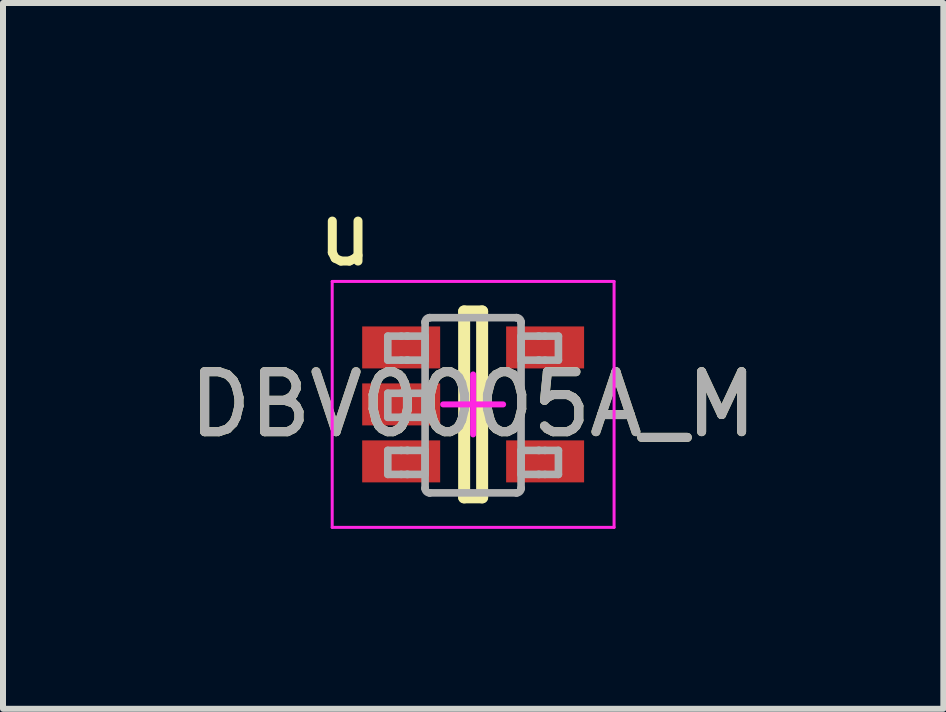
<source format=kicad_pcb>
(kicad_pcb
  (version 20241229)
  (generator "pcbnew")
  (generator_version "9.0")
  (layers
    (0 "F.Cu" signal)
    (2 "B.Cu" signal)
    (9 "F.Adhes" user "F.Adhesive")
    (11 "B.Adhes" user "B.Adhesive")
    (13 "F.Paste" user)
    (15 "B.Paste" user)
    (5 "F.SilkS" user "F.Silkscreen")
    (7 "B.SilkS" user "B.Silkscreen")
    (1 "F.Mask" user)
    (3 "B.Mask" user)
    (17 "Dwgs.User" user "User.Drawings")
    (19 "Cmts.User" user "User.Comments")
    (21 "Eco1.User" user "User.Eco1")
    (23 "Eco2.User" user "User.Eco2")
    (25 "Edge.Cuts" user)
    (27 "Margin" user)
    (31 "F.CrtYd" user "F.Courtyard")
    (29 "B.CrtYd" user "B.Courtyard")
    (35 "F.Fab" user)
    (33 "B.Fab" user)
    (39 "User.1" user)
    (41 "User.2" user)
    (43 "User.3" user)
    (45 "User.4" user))
  (footprint "DBV0005A_M"
    (layer "F.Cu")
    (at 4.839 3.693)
    (property "Reference" "DBV0005A_M" (at 0 0 0) (unlocked yes) (layer "F.SilkS") (effects (font (size 1 1) (thickness 0.15))))
    (attr smd)
    (fp_line (start -0.15 -1.55) (end 0.15 -1.55) (stroke (width 0.2) (type solid)) (layer "F.SilkS"))
    (fp_line (start -0.15 1.55) (end -0.15 -1.55) (stroke (width 0.2) (type solid)) (layer "F.SilkS"))
    (fp_line (start -0.15 1.55) (end 0.15 1.55) (stroke (width 0.2) (type solid)) (layer "F.SilkS"))
    (fp_line (start 0.15 1.55) (end 0.15 -1.55) (stroke (width 0.2) (type solid)) (layer "F.SilkS"))
    (fp_line (start -2.35 -2.05) (end 2.35 -2.05) (stroke (width 0.05) (type solid)) (layer "F.CrtYd"))
    (fp_line (start -2.35 2.05) (end -2.35 -2.05) (stroke (width 0.05) (type solid)) (layer "F.CrtYd"))
    (fp_line (start -2.35 2.05) (end 2.35 2.05) (stroke (width 0.05) (type solid)) (layer "F.CrtYd"))
    (fp_line (start -0.5 0) (end 0.5 0) (stroke (width 0.1) (type solid)) (layer "F.CrtYd"))
    (fp_line (start 0 0.5) (end 0 -0.5) (stroke (width 0.1) (type solid)) (layer "F.CrtYd"))
    (fp_line (start 2.35 2.05) (end 2.35 -2.05) (stroke (width 0.05) (type solid)) (layer "F.CrtYd"))
    (fp_line (start -1.423 -1.138) (end -1.199 -1.138) (stroke (width 0.127) (type solid)) (layer "F.Fab"))
    (fp_line (start -1.423 -0.738) (end -1.423 -1.138) (stroke (width 0.127) (type solid)) (layer "F.Fab"))
    (fp_line (start -1.423 -0.738) (end -1.199 -0.738) (stroke (width 0.127) (type solid)) (layer "F.Fab"))
    (fp_line (start -1.423 -0.186) (end -1.199 -0.186) (stroke (width 0.127) (type solid)) (layer "F.Fab"))
    (fp_line (start -1.423 0.215) (end -1.423 -0.186) (stroke (width 0.127) (type solid)) (layer "F.Fab"))
    (fp_line (start -1.423 0.215) (end -1.199 0.215) (stroke (width 0.127) (type solid)) (layer "F.Fab"))
    (fp_line (start -1.423 0.767) (end -1.199 0.767) (stroke (width 0.127) (type solid)) (layer "F.Fab"))
    (fp_line (start -1.423 1.167) (end -1.423 0.767) (stroke (width 0.127) (type solid)) (layer "F.Fab"))
    (fp_line (start -1.423 1.167) (end -1.199 1.167) (stroke (width 0.127) (type solid)) (layer "F.Fab"))
    (fp_line (start -1.199 -1.138) (end -1.105 -1.138) (stroke (width 0.127) (type solid)) (layer "F.Fab"))
    (fp_line (start -1.199 -0.738) (end -1.105 -0.738) (stroke (width 0.127) (type solid)) (layer "F.Fab"))
    (fp_line (start -1.199 -0.186) (end -1.105 -0.186) (stroke (width 0.127) (type solid)) (layer "F.Fab"))
    (fp_line (start -1.199 0.215) (end -1.105 0.215) (stroke (width 0.127) (type solid)) (layer "F.Fab"))
    (fp_line (start -1.199 0.767) (end -1.105 0.767) (stroke (width 0.127) (type solid)) (layer "F.Fab"))
    (fp_line (start -1.199 1.167) (end -1.105 1.167) (stroke (width 0.127) (type solid)) (layer "F.Fab"))
    (fp_line (start -1.105 -1.138) (end -1.088 -1.138) (stroke (width 0.127) (type solid)) (layer "F.Fab"))
    (fp_line (start -1.105 -0.738) (end -1.088 -0.738) (stroke (width 0.127) (type solid)) (layer "F.Fab"))
    (fp_line (start -1.105 -0.186) (end -1.088 -0.186) (stroke (width 0.127) (type solid)) (layer "F.Fab"))
    (fp_line (start -1.105 0.215) (end -1.088 0.215) (stroke (width 0.127) (type solid)) (layer "F.Fab"))
    (fp_line (start -1.105 0.767) (end -1.088 0.767) (stroke (width 0.127) (type solid)) (layer "F.Fab"))
    (fp_line (start -1.105 1.167) (end -1.088 1.167) (stroke (width 0.127) (type solid)) (layer "F.Fab"))
    (fp_line (start -1.088 -1.138) (end -0.835 -1.138) (stroke (width 0.127) (type solid)) (layer "F.Fab"))
    (fp_line (start -1.088 -0.738) (end -0.835 -0.738) (stroke (width 0.127) (type solid)) (layer "F.Fab"))
    (fp_line (start -1.088 -0.186) (end -0.835 -0.186) (stroke (width 0.127) (type solid)) (layer "F.Fab"))
    (fp_line (start -1.088 0.215) (end -0.835 0.215) (stroke (width 0.127) (type solid)) (layer "F.Fab"))
    (fp_line (start -1.088 0.767) (end -0.835 0.767) (stroke (width 0.127) (type solid)) (layer "F.Fab"))
    (fp_line (start -1.088 1.167) (end -0.835 1.167) (stroke (width 0.127) (type solid)) (layer "F.Fab"))
    (fp_line (start -0.835 -1.138) (end -0.801 -1.138) (stroke (width 0.127) (type solid)) (layer "F.Fab"))
    (fp_line (start -0.835 -0.738) (end -0.801 -0.738) (stroke (width 0.127) (type solid)) (layer "F.Fab"))
    (fp_line (start -0.835 -0.186) (end -0.801 -0.186) (stroke (width 0.127) (type solid)) (layer "F.Fab"))
    (fp_line (start -0.835 0.215) (end -0.801 0.215) (stroke (width 0.127) (type solid)) (layer "F.Fab"))
    (fp_line (start -0.835 0.767) (end -0.801 0.767) (stroke (width 0.127) (type solid)) (layer "F.Fab"))
    (fp_line (start -0.835 1.167) (end -0.801 1.167) (stroke (width 0.127) (type solid)) (layer "F.Fab"))
    (fp_line (start -0.801 -1.37) (end -0.801 -1.371) (stroke (width 0.127) (type solid)) (layer "F.Fab"))
    (fp_line (start -0.801 -0.738) (end -0.801 -1.138) (stroke (width 0.127) (type solid)) (layer "F.Fab"))
    (fp_line (start -0.801 0.215) (end -0.801 -0.186) (stroke (width 0.127) (type solid)) (layer "F.Fab"))
    (fp_line (start -0.801 1.167) (end -0.801 0.767) (stroke (width 0.127) (type solid)) (layer "F.Fab"))
    (fp_line (start -0.801 1.399) (end -0.801 -1.37) (stroke (width 0.127) (type solid)) (layer "F.Fab"))
    (fp_line (start -0.801 1.4) (end -0.801 1.399) (stroke (width 0.127) (type solid)) (layer "F.Fab"))
    (fp_line (start -0.725 -1.446) (end -0.725 -1.446) (stroke (width 0.127) (type solid)) (layer "F.Fab"))
    (fp_line (start -0.725 1.475) (end -0.725 1.475) (stroke (width 0.127) (type solid)) (layer "F.Fab"))
    (fp_line (start -0.725 -1.446) (end 0.723 -1.446) (stroke (width 0.127) (type solid)) (layer "F.Fab"))
    (fp_line (start -0.725 1.475) (end 0.723 1.475) (stroke (width 0.127) (type solid)) (layer "F.Fab"))
    (fp_line (start 0.723 -1.446) (end 0.724 -1.446) (stroke (width 0.127) (type solid)) (layer "F.Fab"))
    (fp_line (start 0.723 1.475) (end 0.724 1.475) (stroke (width 0.127) (type solid)) (layer "F.Fab"))
    (fp_line (start 0.799 -1.37) (end 0.799 -1.371) (stroke (width 0.127) (type solid)) (layer "F.Fab"))
    (fp_line (start 0.799 -1.138) (end 0.834 -1.138) (stroke (width 0.127) (type solid)) (layer "F.Fab"))
    (fp_line (start 0.799 -0.738) (end 0.799 -1.138) (stroke (width 0.127) (type solid)) (layer "F.Fab"))
    (fp_line (start 0.799 -0.738) (end 0.834 -0.738) (stroke (width 0.127) (type solid)) (layer "F.Fab"))
    (fp_line (start 0.799 0.767) (end 0.834 0.767) (stroke (width 0.127) (type solid)) (layer "F.Fab"))
    (fp_line (start 0.799 1.167) (end 0.799 0.767) (stroke (width 0.127) (type solid)) (layer "F.Fab"))
    (fp_line (start 0.799 1.167) (end 0.834 1.167) (stroke (width 0.127) (type solid)) (layer "F.Fab"))
    (fp_line (start 0.799 1.399) (end 0.799 -1.37) (stroke (width 0.127) (type solid)) (layer "F.Fab"))
    (fp_line (start 0.799 1.4) (end 0.799 1.399) (stroke (width 0.127) (type solid)) (layer "F.Fab"))
    (fp_line (start 0.834 -1.138) (end 1.087 -1.138) (stroke (width 0.127) (type solid)) (layer "F.Fab"))
    (fp_line (start 0.834 -0.738) (end 1.087 -0.738) (stroke (width 0.127) (type solid)) (layer "F.Fab"))
    (fp_line (start 0.834 0.767) (end 1.087 0.767) (stroke (width 0.127) (type solid)) (layer "F.Fab"))
    (fp_line (start 0.834 1.167) (end 1.087 1.167) (stroke (width 0.127) (type solid)) (layer "F.Fab"))
    (fp_line (start 1.087 -1.138) (end 1.103 -1.138) (stroke (width 0.127) (type solid)) (layer "F.Fab"))
    (fp_line (start 1.087 -0.738) (end 1.103 -0.738) (stroke (width 0.127) (type solid)) (layer "F.Fab"))
    (fp_line (start 1.087 0.767) (end 1.103 0.767) (stroke (width 0.127) (type solid)) (layer "F.Fab"))
    (fp_line (start 1.087 1.167) (end 1.103 1.167) (stroke (width 0.127) (type solid)) (layer "F.Fab"))
    (fp_line (start 1.103 -1.138) (end 1.198 -1.138) (stroke (width 0.127) (type solid)) (layer "F.Fab"))
    (fp_line (start 1.103 -0.738) (end 1.198 -0.738) (stroke (width 0.127) (type solid)) (layer "F.Fab"))
    (fp_line (start 1.103 0.767) (end 1.198 0.767) (stroke (width 0.127) (type solid)) (layer "F.Fab"))
    (fp_line (start 1.103 1.167) (end 1.198 1.167) (stroke (width 0.127) (type solid)) (layer "F.Fab"))
    (fp_line (start 1.198 -1.138) (end 1.422 -1.138) (stroke (width 0.127) (type solid)) (layer "F.Fab"))
    (fp_line (start 1.198 -0.738) (end 1.422 -0.738) (stroke (width 0.127) (type solid)) (layer "F.Fab"))
    (fp_line (start 1.198 0.767) (end 1.422 0.767) (stroke (width 0.127) (type solid)) (layer "F.Fab"))
    (fp_line (start 1.198 1.167) (end 1.422 1.167) (stroke (width 0.127) (type solid)) (layer "F.Fab"))
    (fp_line (start 1.422 -0.738) (end 1.422 -1.138) (stroke (width 0.127) (type solid)) (layer "F.Fab"))
    (fp_line (start 1.422 1.167) (end 1.422 0.767) (stroke (width 0.127) (type solid)) (layer "F.Fab"))
    (fp_arc (start -0.80074 -1.37084) (mid -0.778218 -1.423887) (end -0.724999 -1.445998) (stroke (width 0.127) (type solid)) (layer "F.Fab"))
    (fp_arc (start -0.724999 1.475) (mid -0.778213 1.452901) (end -0.80074 1.399867) (stroke (width 0.127) (type solid)) (layer "F.Fab"))
    (fp_arc (start 0.723714 -1.445998) (mid 0.776933 -1.423887) (end 0.799455 -1.37084) (stroke (width 0.127) (type solid)) (layer "F.Fab"))
    (fp_arc (start 0.799455 1.399868) (mid 0.776927 1.452901) (end 0.723713 1.475) (stroke (width 0.127) (type solid)) (layer "F.Fab"))
    (fp_text user "u" (at -2.134 -2.845 0) (unlocked yes) (layer "F.SilkS") (effects (font (size 1 1) (thickness 0.15))))
    (fp_text user "${REFERENCE}" (at 0 0 0) (unlocked yes) (layer "F.Fab") (effects (font (size 1 1) (thickness 0.15))))
    (pad "1" smd rect (at -1.2 -0.95 90) (size 0.7 1.3) (layers "F.Cu" "F.Mask" "F.Paste"))
    (pad "2" smd rect (at -1.2 0 90) (size 0.7 1.3) (layers "F.Cu" "F.Mask" "F.Paste"))
    (pad "3" smd rect (at -1.2 0.95 90) (size 0.7 1.3) (layers "F.Cu" "F.Mask" "F.Paste"))
    (pad "4" smd rect (at 1.2 0.95 90) (size 0.7 1.3) (layers "F.Cu" "F.Mask" "F.Paste"))
    (pad "5" smd rect (at 1.2 -0.95 90) (size 0.7 1.3) (layers "F.Cu" "F.Mask" "F.Paste")))
  (gr_rect
    (start -3 -3)
    (end 12.679 8.768)
    (stroke (width 0.1) (type default))
    (fill no)
    (layer "Edge.Cuts")))
</source>
